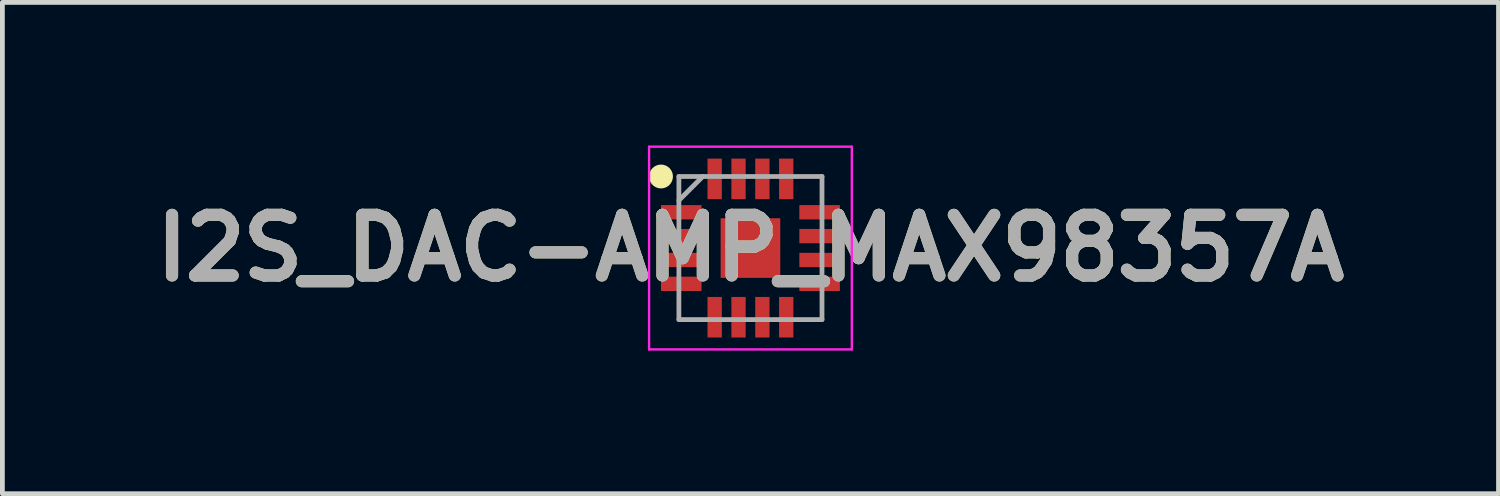
<source format=kicad_pcb>
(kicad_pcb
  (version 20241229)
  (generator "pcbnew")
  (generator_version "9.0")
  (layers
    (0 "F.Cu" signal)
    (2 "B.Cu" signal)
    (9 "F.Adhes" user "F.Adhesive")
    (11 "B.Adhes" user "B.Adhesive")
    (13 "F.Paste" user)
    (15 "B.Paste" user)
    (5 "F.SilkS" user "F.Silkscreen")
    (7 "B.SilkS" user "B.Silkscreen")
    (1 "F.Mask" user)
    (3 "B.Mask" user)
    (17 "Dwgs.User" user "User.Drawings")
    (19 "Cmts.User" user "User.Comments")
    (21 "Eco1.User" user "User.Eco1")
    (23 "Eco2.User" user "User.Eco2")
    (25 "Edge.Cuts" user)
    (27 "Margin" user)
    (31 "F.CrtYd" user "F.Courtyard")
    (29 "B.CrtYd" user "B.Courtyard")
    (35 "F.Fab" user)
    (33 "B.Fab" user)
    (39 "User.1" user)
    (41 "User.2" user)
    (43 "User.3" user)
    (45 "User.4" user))
  (footprint "I2S_DAC-AMP_MAX98357A"
    (layer "F.Cu")
    (at 12.682 2.15)
    (property "Reference" "I2S_DAC-AMP_MAX98357A" (at 0 0 0) (layer "F.SilkS") (effects (font (size 1.27 1.27) (thickness 0.254))))
    (attr smd)
    (fp_circle (center -1.875 -1.5) (end -1.875 -1.375) (stroke (width 0.25) (type solid)) (fill no) (layer "F.SilkS"))
    (fp_line (start -2.125 -2.125) (end 2.125 -2.125) (stroke (width 0.05) (type solid)) (layer "F.CrtYd"))
    (fp_line (start -2.125 2.125) (end -2.125 -2.125) (stroke (width 0.05) (type solid)) (layer "F.CrtYd"))
    (fp_line (start 2.125 -2.125) (end 2.125 2.125) (stroke (width 0.05) (type solid)) (layer "F.CrtYd"))
    (fp_line (start 2.125 2.125) (end -2.125 2.125) (stroke (width 0.05) (type solid)) (layer "F.CrtYd"))
    (fp_line (start -1.5 -1.5) (end 1.5 -1.5) (stroke (width 0.1) (type solid)) (layer "F.Fab"))
    (fp_line (start -1.5 -1) (end -1 -1.5) (stroke (width 0.1) (type solid)) (layer "F.Fab"))
    (fp_line (start -1.5 1.5) (end -1.5 -1.5) (stroke (width 0.1) (type solid)) (layer "F.Fab"))
    (fp_line (start 1.5 -1.5) (end 1.5 1.5) (stroke (width 0.1) (type solid)) (layer "F.Fab"))
    (fp_line (start 1.5 1.5) (end -1.5 1.5) (stroke (width 0.1) (type solid)) (layer "F.Fab"))
    (fp_text user "${REFERENCE}" (at 0 0 0) (layer "F.Fab") (effects (font (size 1.27 1.27) (thickness 0.254))))
    (pad "1" smd rect (at -1.45 -0.75 90) (size 0.3 0.85) (layers "F.Cu" "F.Mask" "F.Paste"))
    (pad "2" smd rect (at -1.45 -0.25 90) (size 0.3 0.85) (layers "F.Cu" "F.Mask" "F.Paste"))
    (pad "3" smd rect (at -1.45 0.25 90) (size 0.3 0.85) (layers "F.Cu" "F.Mask" "F.Paste"))
    (pad "4" smd rect (at -1.45 0.75 90) (size 0.3 0.85) (layers "F.Cu" "F.Mask" "F.Paste"))
    (pad "5" smd rect (at -0.75 1.45) (size 0.3 0.85) (layers "F.Cu" "F.Mask" "F.Paste"))
    (pad "6" smd rect (at -0.25 1.45) (size 0.3 0.85) (layers "F.Cu" "F.Mask" "F.Paste"))
    (pad "7" smd rect (at 0.25 1.45) (size 0.3 0.85) (layers "F.Cu" "F.Mask" "F.Paste"))
    (pad "8" smd rect (at 0.75 1.45) (size 0.3 0.85) (layers "F.Cu" "F.Mask" "F.Paste"))
    (pad "9" smd rect (at 1.45 0.75 90) (size 0.3 0.85) (layers "F.Cu" "F.Mask" "F.Paste"))
    (pad "10" smd rect (at 1.45 0.25 90) (size 0.3 0.85) (layers "F.Cu" "F.Mask" "F.Paste"))
    (pad "11" smd rect (at 1.45 -0.25 90) (size 0.3 0.85) (layers "F.Cu" "F.Mask" "F.Paste"))
    (pad "12" smd rect (at 1.45 -0.75 90) (size 0.3 0.85) (layers "F.Cu" "F.Mask" "F.Paste"))
    (pad "13" smd rect (at 0.75 -1.45) (size 0.3 0.85) (layers "F.Cu" "F.Mask" "F.Paste"))
    (pad "14" smd rect (at 0.25 -1.45) (size 0.3 0.85) (layers "F.Cu" "F.Mask" "F.Paste"))
    (pad "15" smd rect (at -0.25 -1.45) (size 0.3 0.85) (layers "F.Cu" "F.Mask" "F.Paste"))
    (pad "16" smd rect (at -0.75 -1.45) (size 0.3 0.85) (layers "F.Cu" "F.Mask" "F.Paste"))
    (pad "17" smd rect (at 0 0) (size 1.25 1.25) (layers "F.Cu" "F.Mask" "F.Paste")))
  (gr_rect
    (start -3 -3)
    (end 28.364 7.3)
    (stroke (width 0.1) (type default))
    (fill no)
    (layer "Edge.Cuts")))
</source>
